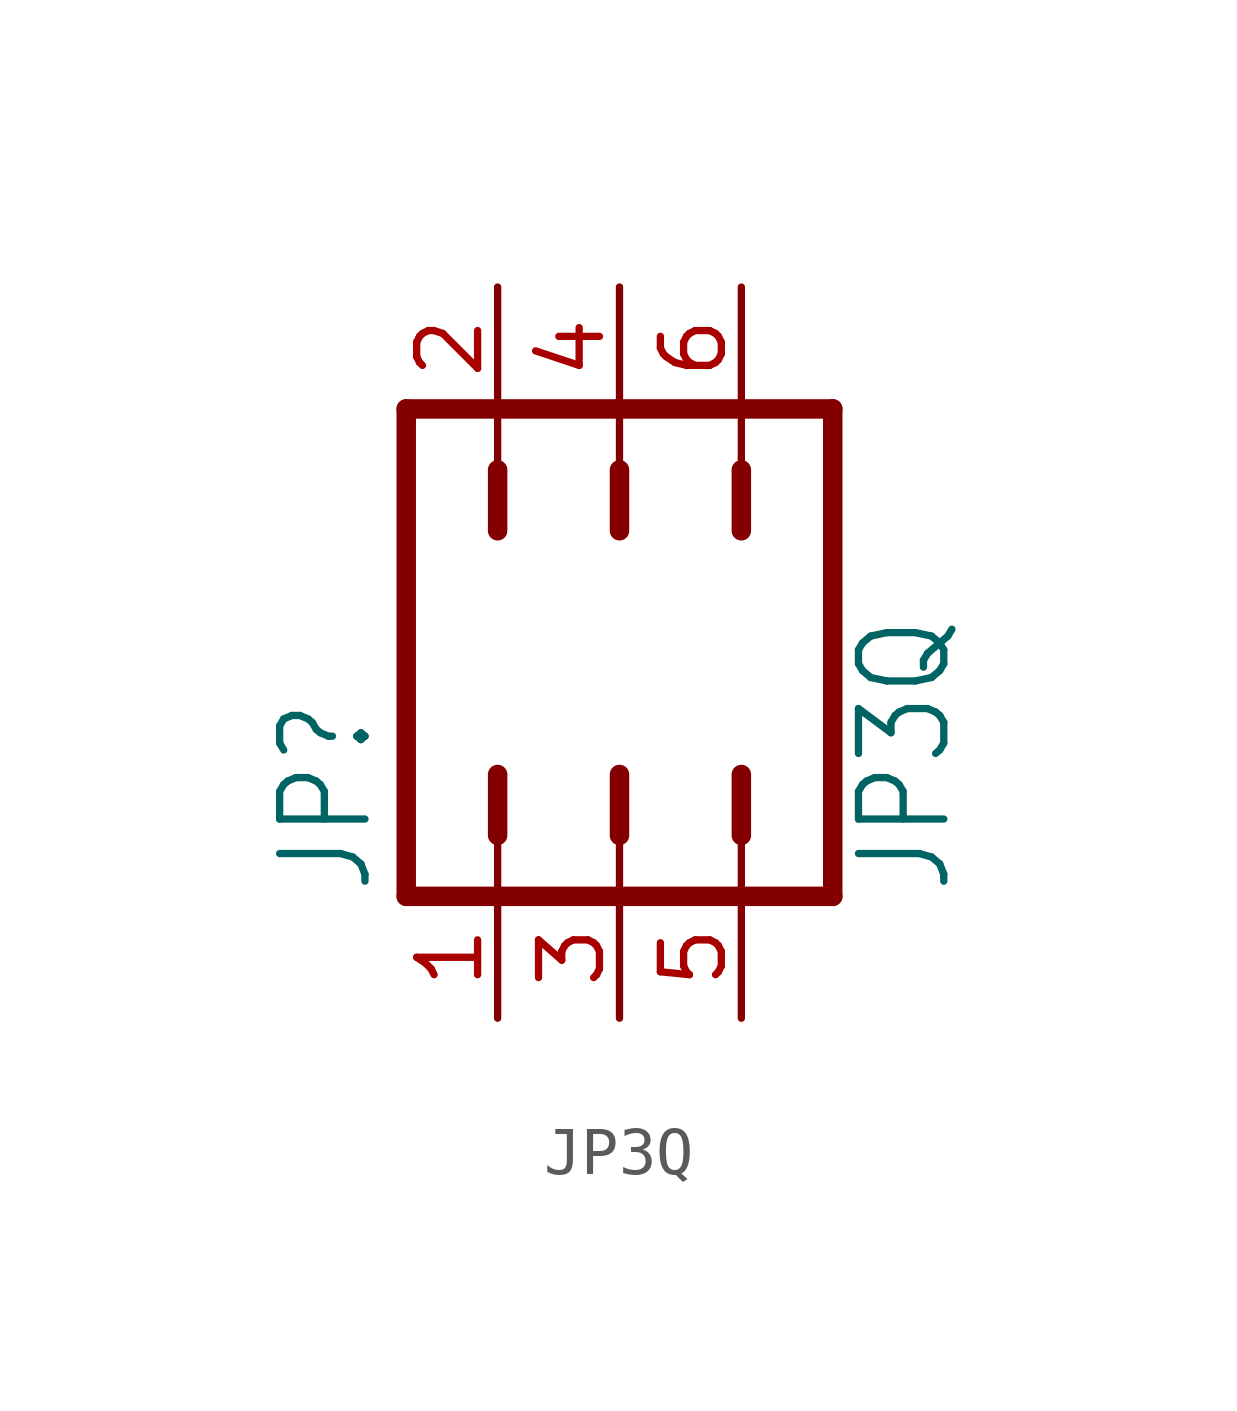
<source format=kicad_sym>
(kicad_symbol_lib
  (version 20211014)
  (generator kicad_symbol_editor)
  (symbol "JP3Q"
    (property "Reference" "JP"
      (at -5.08 -5.08 90)
      (effects (font (size 1.778 1.511)) (justify left bottom)))
    (property "Value" "JP3Q"
      (at 6.985 -5.08 90)
      (effects (font (size 1.778 1.511)) (justify left bottom)))
    (property "ki_locked" ""
      (at 0 0 0)
      (effects (font (size 1.27 1.27))))
    (symbol "JP3Q_1_0"
      (polyline (pts (xy -4.445 -5.08) (xy -4.445 5.08)) (stroke (width 0.406) (type default) (color 0 0 0 0)) (fill (type none)))
      (polyline (pts (xy -4.445 5.08) (xy 4.445 5.08)) (stroke (width 0.406) (type default) (color 0 0 0 0)) (fill (type none)))
      (polyline (pts (xy -2.54 -3.81) (xy -2.54 -5.08)) (stroke (width 0.152) (type default) (color 0 0 0 0)) (fill (type none)))
      (polyline (pts (xy -2.54 -2.54) (xy -2.54 -3.81)) (stroke (width 0.406) (type default) (color 0 0 0 0)) (fill (type none)))
      (polyline (pts (xy -2.54 2.54) (xy -2.54 3.81)) (stroke (width 0.406) (type default) (color 0 0 0 0)) (fill (type none)))
      (polyline (pts (xy -2.54 3.81) (xy -2.54 5.08)) (stroke (width 0.152) (type default) (color 0 0 0 0)) (fill (type none)))
      (polyline (pts (xy 0 -3.81) (xy 0 -5.08)) (stroke (width 0.152) (type default) (color 0 0 0 0)) (fill (type none)))
      (polyline (pts (xy 0 -2.54) (xy 0 -3.81)) (stroke (width 0.406) (type default) (color 0 0 0 0)) (fill (type none)))
      (polyline (pts (xy 0 2.54) (xy 0 3.81)) (stroke (width 0.406) (type default) (color 0 0 0 0)) (fill (type none)))
      (polyline (pts (xy 0 3.81) (xy 0 5.08)) (stroke (width 0.152) (type default) (color 0 0 0 0)) (fill (type none)))
      (polyline (pts (xy 2.54 -3.81) (xy 2.54 -5.08)) (stroke (width 0.152) (type default) (color 0 0 0 0)) (fill (type none)))
      (polyline (pts (xy 2.54 -2.54) (xy 2.54 -3.81)) (stroke (width 0.406) (type default) (color 0 0 0 0)) (fill (type none)))
      (polyline (pts (xy 2.54 2.54) (xy 2.54 3.81)) (stroke (width 0.406) (type default) (color 0 0 0 0)) (fill (type none)))
      (polyline (pts (xy 2.54 3.81) (xy 2.54 5.08)) (stroke (width 0.152) (type default) (color 0 0 0 0)) (fill (type none)))
      (polyline (pts (xy 4.445 -5.08) (xy -4.445 -5.08)) (stroke (width 0.406) (type default) (color 0 0 0 0)) (fill (type none)))
      (polyline (pts (xy 4.445 5.08) (xy 4.445 -5.08)) (stroke (width 0.406) (type default) (color 0 0 0 0)) (fill (type none)))
      (pin passive line (at -2.54 -7.62 90) (length 2.54) (name "1" (effects (font (size 0 0)))) (number "1" (effects (font (size 1.27 1.27)))))
      (pin passive line (at -2.54 7.62 270) (length 2.54) (name "2" (effects (font (size 0 0)))) (number "2" (effects (font (size 1.27 1.27)))))
      (pin passive line (at 0 -7.62 90) (length 2.54) (name "3" (effects (font (size 0 0)))) (number "3" (effects (font (size 1.27 1.27)))))
      (pin passive line (at 0 7.62 270) (length 2.54) (name "4" (effects (font (size 0 0)))) (number "4" (effects (font (size 1.27 1.27)))))
      (pin passive line (at 2.54 -7.62 90) (length 2.54) (name "5" (effects (font (size 0 0)))) (number "5" (effects (font (size 1.27 1.27)))))
      (pin passive line (at 2.54 7.62 270) (length 2.54) (name "6" (effects (font (size 0 0)))) (number "6" (effects (font (size 1.27 1.27))))))))
</source>
